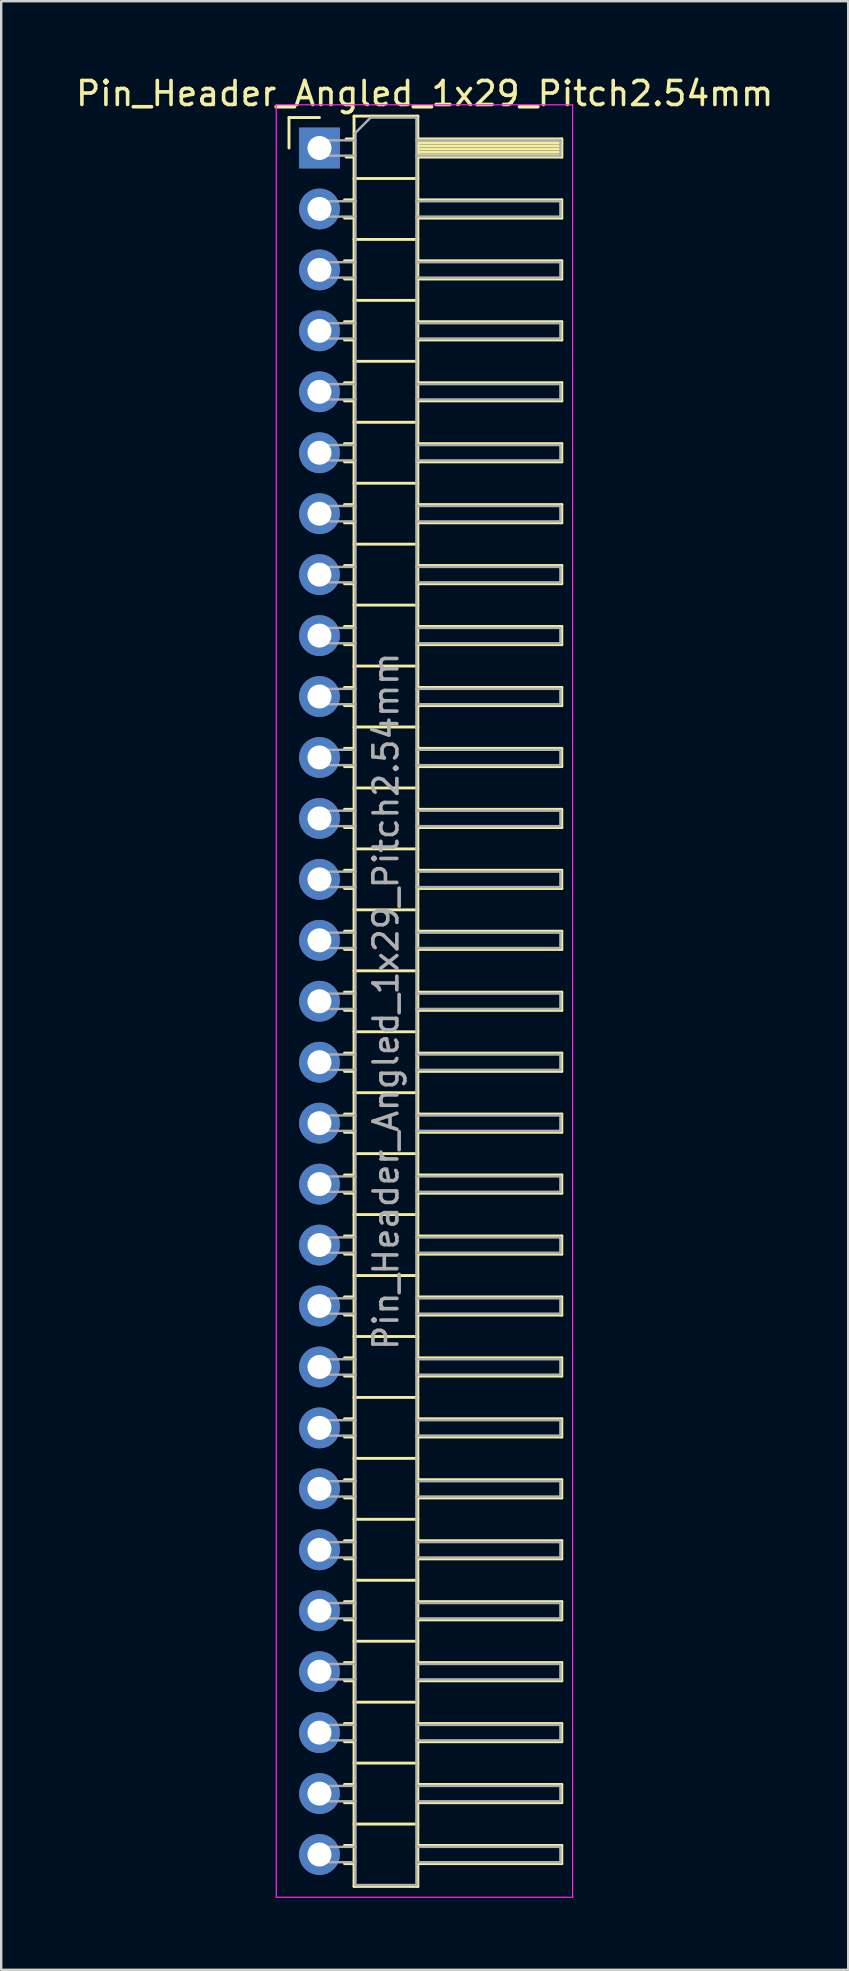
<source format=kicad_pcb>
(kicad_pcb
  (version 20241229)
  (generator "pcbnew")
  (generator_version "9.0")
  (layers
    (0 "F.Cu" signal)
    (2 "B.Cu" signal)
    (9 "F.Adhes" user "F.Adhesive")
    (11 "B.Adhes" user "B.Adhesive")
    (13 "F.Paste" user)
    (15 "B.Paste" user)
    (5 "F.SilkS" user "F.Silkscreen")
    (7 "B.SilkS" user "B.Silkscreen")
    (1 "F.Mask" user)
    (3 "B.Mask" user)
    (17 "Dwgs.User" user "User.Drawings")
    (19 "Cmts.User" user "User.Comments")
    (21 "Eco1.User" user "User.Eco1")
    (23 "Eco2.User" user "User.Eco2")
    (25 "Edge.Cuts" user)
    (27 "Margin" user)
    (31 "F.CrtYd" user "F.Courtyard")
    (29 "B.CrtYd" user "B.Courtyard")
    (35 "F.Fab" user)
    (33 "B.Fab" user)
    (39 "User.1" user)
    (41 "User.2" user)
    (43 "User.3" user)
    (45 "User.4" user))
  (footprint "Pin_Header_Angled_1x29_Pitch2.54mm"
    (layer "F.Cu")
    (at 10.264 3.118)
    (property "Reference" "Pin_Header_Angled_1x29_Pitch2.54mm" (at 4.385 -2.27 0) (layer "F.SilkS") (effects (font (size 1 1) (thickness 0.15))))
    (attr through_hole)
    (fp_line (start -1.27 -1.27) (end 0 -1.27) (stroke (width 0.12) (type solid)) (layer "F.SilkS"))
    (fp_line (start -1.27 0) (end -1.27 -1.27) (stroke (width 0.12) (type solid)) (layer "F.SilkS"))
    (fp_line (start 1.043 2.16) (end 1.44 2.16) (stroke (width 0.12) (type solid)) (layer "F.SilkS"))
    (fp_line (start 1.043 2.92) (end 1.44 2.92) (stroke (width 0.12) (type solid)) (layer "F.SilkS"))
    (fp_line (start 1.043 4.7) (end 1.44 4.7) (stroke (width 0.12) (type solid)) (layer "F.SilkS"))
    (fp_line (start 1.043 5.46) (end 1.44 5.46) (stroke (width 0.12) (type solid)) (layer "F.SilkS"))
    (fp_line (start 1.043 7.24) (end 1.44 7.24) (stroke (width 0.12) (type solid)) (layer "F.SilkS"))
    (fp_line (start 1.043 8) (end 1.44 8) (stroke (width 0.12) (type solid)) (layer "F.SilkS"))
    (fp_line (start 1.043 9.78) (end 1.44 9.78) (stroke (width 0.12) (type solid)) (layer "F.SilkS"))
    (fp_line (start 1.043 10.54) (end 1.44 10.54) (stroke (width 0.12) (type solid)) (layer "F.SilkS"))
    (fp_line (start 1.043 12.32) (end 1.44 12.32) (stroke (width 0.12) (type solid)) (layer "F.SilkS"))
    (fp_line (start 1.043 13.08) (end 1.44 13.08) (stroke (width 0.12) (type solid)) (layer "F.SilkS"))
    (fp_line (start 1.043 14.86) (end 1.44 14.86) (stroke (width 0.12) (type solid)) (layer "F.SilkS"))
    (fp_line (start 1.043 15.62) (end 1.44 15.62) (stroke (width 0.12) (type solid)) (layer "F.SilkS"))
    (fp_line (start 1.043 17.4) (end 1.44 17.4) (stroke (width 0.12) (type solid)) (layer "F.SilkS"))
    (fp_line (start 1.043 18.16) (end 1.44 18.16) (stroke (width 0.12) (type solid)) (layer "F.SilkS"))
    (fp_line (start 1.043 19.94) (end 1.44 19.94) (stroke (width 0.12) (type solid)) (layer "F.SilkS"))
    (fp_line (start 1.043 20.7) (end 1.44 20.7) (stroke (width 0.12) (type solid)) (layer "F.SilkS"))
    (fp_line (start 1.043 22.48) (end 1.44 22.48) (stroke (width 0.12) (type solid)) (layer "F.SilkS"))
    (fp_line (start 1.043 23.24) (end 1.44 23.24) (stroke (width 0.12) (type solid)) (layer "F.SilkS"))
    (fp_line (start 1.043 25.02) (end 1.44 25.02) (stroke (width 0.12) (type solid)) (layer "F.SilkS"))
    (fp_line (start 1.043 25.78) (end 1.44 25.78) (stroke (width 0.12) (type solid)) (layer "F.SilkS"))
    (fp_line (start 1.043 27.56) (end 1.44 27.56) (stroke (width 0.12) (type solid)) (layer "F.SilkS"))
    (fp_line (start 1.043 28.32) (end 1.44 28.32) (stroke (width 0.12) (type solid)) (layer "F.SilkS"))
    (fp_line (start 1.043 30.1) (end 1.44 30.1) (stroke (width 0.12) (type solid)) (layer "F.SilkS"))
    (fp_line (start 1.043 30.86) (end 1.44 30.86) (stroke (width 0.12) (type solid)) (layer "F.SilkS"))
    (fp_line (start 1.043 32.64) (end 1.44 32.64) (stroke (width 0.12) (type solid)) (layer "F.SilkS"))
    (fp_line (start 1.043 33.4) (end 1.44 33.4) (stroke (width 0.12) (type solid)) (layer "F.SilkS"))
    (fp_line (start 1.043 35.18) (end 1.44 35.18) (stroke (width 0.12) (type solid)) (layer "F.SilkS"))
    (fp_line (start 1.043 35.94) (end 1.44 35.94) (stroke (width 0.12) (type solid)) (layer "F.SilkS"))
    (fp_line (start 1.043 37.72) (end 1.44 37.72) (stroke (width 0.12) (type solid)) (layer "F.SilkS"))
    (fp_line (start 1.043 38.48) (end 1.44 38.48) (stroke (width 0.12) (type solid)) (layer "F.SilkS"))
    (fp_line (start 1.043 40.26) (end 1.44 40.26) (stroke (width 0.12) (type solid)) (layer "F.SilkS"))
    (fp_line (start 1.043 41.02) (end 1.44 41.02) (stroke (width 0.12) (type solid)) (layer "F.SilkS"))
    (fp_line (start 1.043 42.8) (end 1.44 42.8) (stroke (width 0.12) (type solid)) (layer "F.SilkS"))
    (fp_line (start 1.043 43.56) (end 1.44 43.56) (stroke (width 0.12) (type solid)) (layer "F.SilkS"))
    (fp_line (start 1.043 45.34) (end 1.44 45.34) (stroke (width 0.12) (type solid)) (layer "F.SilkS"))
    (fp_line (start 1.043 46.1) (end 1.44 46.1) (stroke (width 0.12) (type solid)) (layer "F.SilkS"))
    (fp_line (start 1.043 47.88) (end 1.44 47.88) (stroke (width 0.12) (type solid)) (layer "F.SilkS"))
    (fp_line (start 1.043 48.64) (end 1.44 48.64) (stroke (width 0.12) (type solid)) (layer "F.SilkS"))
    (fp_line (start 1.043 50.42) (end 1.44 50.42) (stroke (width 0.12) (type solid)) (layer "F.SilkS"))
    (fp_line (start 1.043 51.18) (end 1.44 51.18) (stroke (width 0.12) (type solid)) (layer "F.SilkS"))
    (fp_line (start 1.043 52.96) (end 1.44 52.96) (stroke (width 0.12) (type solid)) (layer "F.SilkS"))
    (fp_line (start 1.043 53.72) (end 1.44 53.72) (stroke (width 0.12) (type solid)) (layer "F.SilkS"))
    (fp_line (start 1.043 55.5) (end 1.44 55.5) (stroke (width 0.12) (type solid)) (layer "F.SilkS"))
    (fp_line (start 1.043 56.26) (end 1.44 56.26) (stroke (width 0.12) (type solid)) (layer "F.SilkS"))
    (fp_line (start 1.043 58.04) (end 1.44 58.04) (stroke (width 0.12) (type solid)) (layer "F.SilkS"))
    (fp_line (start 1.043 58.8) (end 1.44 58.8) (stroke (width 0.12) (type solid)) (layer "F.SilkS"))
    (fp_line (start 1.043 60.58) (end 1.44 60.58) (stroke (width 0.12) (type solid)) (layer "F.SilkS"))
    (fp_line (start 1.043 61.34) (end 1.44 61.34) (stroke (width 0.12) (type solid)) (layer "F.SilkS"))
    (fp_line (start 1.043 63.12) (end 1.44 63.12) (stroke (width 0.12) (type solid)) (layer "F.SilkS"))
    (fp_line (start 1.043 63.88) (end 1.44 63.88) (stroke (width 0.12) (type solid)) (layer "F.SilkS"))
    (fp_line (start 1.043 65.66) (end 1.44 65.66) (stroke (width 0.12) (type solid)) (layer "F.SilkS"))
    (fp_line (start 1.043 66.42) (end 1.44 66.42) (stroke (width 0.12) (type solid)) (layer "F.SilkS"))
    (fp_line (start 1.043 68.2) (end 1.44 68.2) (stroke (width 0.12) (type solid)) (layer "F.SilkS"))
    (fp_line (start 1.043 68.96) (end 1.44 68.96) (stroke (width 0.12) (type solid)) (layer "F.SilkS"))
    (fp_line (start 1.043 70.74) (end 1.44 70.74) (stroke (width 0.12) (type solid)) (layer "F.SilkS"))
    (fp_line (start 1.043 71.5) (end 1.44 71.5) (stroke (width 0.12) (type solid)) (layer "F.SilkS"))
    (fp_line (start 1.11 -0.38) (end 1.44 -0.38) (stroke (width 0.12) (type solid)) (layer "F.SilkS"))
    (fp_line (start 1.11 0.38) (end 1.44 0.38) (stroke (width 0.12) (type solid)) (layer "F.SilkS"))
    (fp_line (start 1.44 -1.33) (end 1.44 72.45) (stroke (width 0.12) (type solid)) (layer "F.SilkS"))
    (fp_line (start 1.44 1.27) (end 4.1 1.27) (stroke (width 0.12) (type solid)) (layer "F.SilkS"))
    (fp_line (start 1.44 3.81) (end 4.1 3.81) (stroke (width 0.12) (type solid)) (layer "F.SilkS"))
    (fp_line (start 1.44 6.35) (end 4.1 6.35) (stroke (width 0.12) (type solid)) (layer "F.SilkS"))
    (fp_line (start 1.44 8.89) (end 4.1 8.89) (stroke (width 0.12) (type solid)) (layer "F.SilkS"))
    (fp_line (start 1.44 11.43) (end 4.1 11.43) (stroke (width 0.12) (type solid)) (layer "F.SilkS"))
    (fp_line (start 1.44 13.97) (end 4.1 13.97) (stroke (width 0.12) (type solid)) (layer "F.SilkS"))
    (fp_line (start 1.44 16.51) (end 4.1 16.51) (stroke (width 0.12) (type solid)) (layer "F.SilkS"))
    (fp_line (start 1.44 19.05) (end 4.1 19.05) (stroke (width 0.12) (type solid)) (layer "F.SilkS"))
    (fp_line (start 1.44 21.59) (end 4.1 21.59) (stroke (width 0.12) (type solid)) (layer "F.SilkS"))
    (fp_line (start 1.44 24.13) (end 4.1 24.13) (stroke (width 0.12) (type solid)) (layer "F.SilkS"))
    (fp_line (start 1.44 26.67) (end 4.1 26.67) (stroke (width 0.12) (type solid)) (layer "F.SilkS"))
    (fp_line (start 1.44 29.21) (end 4.1 29.21) (stroke (width 0.12) (type solid)) (layer "F.SilkS"))
    (fp_line (start 1.44 31.75) (end 4.1 31.75) (stroke (width 0.12) (type solid)) (layer "F.SilkS"))
    (fp_line (start 1.44 34.29) (end 4.1 34.29) (stroke (width 0.12) (type solid)) (layer "F.SilkS"))
    (fp_line (start 1.44 36.83) (end 4.1 36.83) (stroke (width 0.12) (type solid)) (layer "F.SilkS"))
    (fp_line (start 1.44 39.37) (end 4.1 39.37) (stroke (width 0.12) (type solid)) (layer "F.SilkS"))
    (fp_line (start 1.44 41.91) (end 4.1 41.91) (stroke (width 0.12) (type solid)) (layer "F.SilkS"))
    (fp_line (start 1.44 44.45) (end 4.1 44.45) (stroke (width 0.12) (type solid)) (layer "F.SilkS"))
    (fp_line (start 1.44 46.99) (end 4.1 46.99) (stroke (width 0.12) (type solid)) (layer "F.SilkS"))
    (fp_line (start 1.44 49.53) (end 4.1 49.53) (stroke (width 0.12) (type solid)) (layer "F.SilkS"))
    (fp_line (start 1.44 52.07) (end 4.1 52.07) (stroke (width 0.12) (type solid)) (layer "F.SilkS"))
    (fp_line (start 1.44 54.61) (end 4.1 54.61) (stroke (width 0.12) (type solid)) (layer "F.SilkS"))
    (fp_line (start 1.44 57.15) (end 4.1 57.15) (stroke (width 0.12) (type solid)) (layer "F.SilkS"))
    (fp_line (start 1.44 59.69) (end 4.1 59.69) (stroke (width 0.12) (type solid)) (layer "F.SilkS"))
    (fp_line (start 1.44 62.23) (end 4.1 62.23) (stroke (width 0.12) (type solid)) (layer "F.SilkS"))
    (fp_line (start 1.44 64.77) (end 4.1 64.77) (stroke (width 0.12) (type solid)) (layer "F.SilkS"))
    (fp_line (start 1.44 67.31) (end 4.1 67.31) (stroke (width 0.12) (type solid)) (layer "F.SilkS"))
    (fp_line (start 1.44 69.85) (end 4.1 69.85) (stroke (width 0.12) (type solid)) (layer "F.SilkS"))
    (fp_line (start 1.44 72.45) (end 4.1 72.45) (stroke (width 0.12) (type solid)) (layer "F.SilkS"))
    (fp_line (start 4.1 -1.33) (end 1.44 -1.33) (stroke (width 0.12) (type solid)) (layer "F.SilkS"))
    (fp_line (start 4.1 -0.38) (end 10.1 -0.38) (stroke (width 0.12) (type solid)) (layer "F.SilkS"))
    (fp_line (start 4.1 -0.32) (end 10.1 -0.32) (stroke (width 0.12) (type solid)) (layer "F.SilkS"))
    (fp_line (start 4.1 -0.2) (end 10.1 -0.2) (stroke (width 0.12) (type solid)) (layer "F.SilkS"))
    (fp_line (start 4.1 -0.08) (end 10.1 -0.08) (stroke (width 0.12) (type solid)) (layer "F.SilkS"))
    (fp_line (start 4.1 0.04) (end 10.1 0.04) (stroke (width 0.12) (type solid)) (layer "F.SilkS"))
    (fp_line (start 4.1 0.16) (end 10.1 0.16) (stroke (width 0.12) (type solid)) (layer "F.SilkS"))
    (fp_line (start 4.1 0.28) (end 10.1 0.28) (stroke (width 0.12) (type solid)) (layer "F.SilkS"))
    (fp_line (start 4.1 2.16) (end 10.1 2.16) (stroke (width 0.12) (type solid)) (layer "F.SilkS"))
    (fp_line (start 4.1 4.7) (end 10.1 4.7) (stroke (width 0.12) (type solid)) (layer "F.SilkS"))
    (fp_line (start 4.1 7.24) (end 10.1 7.24) (stroke (width 0.12) (type solid)) (layer "F.SilkS"))
    (fp_line (start 4.1 9.78) (end 10.1 9.78) (stroke (width 0.12) (type solid)) (layer "F.SilkS"))
    (fp_line (start 4.1 12.32) (end 10.1 12.32) (stroke (width 0.12) (type solid)) (layer "F.SilkS"))
    (fp_line (start 4.1 14.86) (end 10.1 14.86) (stroke (width 0.12) (type solid)) (layer "F.SilkS"))
    (fp_line (start 4.1 17.4) (end 10.1 17.4) (stroke (width 0.12) (type solid)) (layer "F.SilkS"))
    (fp_line (start 4.1 19.94) (end 10.1 19.94) (stroke (width 0.12) (type solid)) (layer "F.SilkS"))
    (fp_line (start 4.1 22.48) (end 10.1 22.48) (stroke (width 0.12) (type solid)) (layer "F.SilkS"))
    (fp_line (start 4.1 25.02) (end 10.1 25.02) (stroke (width 0.12) (type solid)) (layer "F.SilkS"))
    (fp_line (start 4.1 27.56) (end 10.1 27.56) (stroke (width 0.12) (type solid)) (layer "F.SilkS"))
    (fp_line (start 4.1 30.1) (end 10.1 30.1) (stroke (width 0.12) (type solid)) (layer "F.SilkS"))
    (fp_line (start 4.1 32.64) (end 10.1 32.64) (stroke (width 0.12) (type solid)) (layer "F.SilkS"))
    (fp_line (start 4.1 35.18) (end 10.1 35.18) (stroke (width 0.12) (type solid)) (layer "F.SilkS"))
    (fp_line (start 4.1 37.72) (end 10.1 37.72) (stroke (width 0.12) (type solid)) (layer "F.SilkS"))
    (fp_line (start 4.1 40.26) (end 10.1 40.26) (stroke (width 0.12) (type solid)) (layer "F.SilkS"))
    (fp_line (start 4.1 42.8) (end 10.1 42.8) (stroke (width 0.12) (type solid)) (layer "F.SilkS"))
    (fp_line (start 4.1 45.34) (end 10.1 45.34) (stroke (width 0.12) (type solid)) (layer "F.SilkS"))
    (fp_line (start 4.1 47.88) (end 10.1 47.88) (stroke (width 0.12) (type solid)) (layer "F.SilkS"))
    (fp_line (start 4.1 50.42) (end 10.1 50.42) (stroke (width 0.12) (type solid)) (layer "F.SilkS"))
    (fp_line (start 4.1 52.96) (end 10.1 52.96) (stroke (width 0.12) (type solid)) (layer "F.SilkS"))
    (fp_line (start 4.1 55.5) (end 10.1 55.5) (stroke (width 0.12) (type solid)) (layer "F.SilkS"))
    (fp_line (start 4.1 58.04) (end 10.1 58.04) (stroke (width 0.12) (type solid)) (layer "F.SilkS"))
    (fp_line (start 4.1 60.58) (end 10.1 60.58) (stroke (width 0.12) (type solid)) (layer "F.SilkS"))
    (fp_line (start 4.1 63.12) (end 10.1 63.12) (stroke (width 0.12) (type solid)) (layer "F.SilkS"))
    (fp_line (start 4.1 65.66) (end 10.1 65.66) (stroke (width 0.12) (type solid)) (layer "F.SilkS"))
    (fp_line (start 4.1 68.2) (end 10.1 68.2) (stroke (width 0.12) (type solid)) (layer "F.SilkS"))
    (fp_line (start 4.1 70.74) (end 10.1 70.74) (stroke (width 0.12) (type solid)) (layer "F.SilkS"))
    (fp_line (start 4.1 72.45) (end 4.1 -1.33) (stroke (width 0.12) (type solid)) (layer "F.SilkS"))
    (fp_line (start 10.1 -0.38) (end 10.1 0.38) (stroke (width 0.12) (type solid)) (layer "F.SilkS"))
    (fp_line (start 10.1 0.38) (end 4.1 0.38) (stroke (width 0.12) (type solid)) (layer "F.SilkS"))
    (fp_line (start 10.1 2.16) (end 10.1 2.92) (stroke (width 0.12) (type solid)) (layer "F.SilkS"))
    (fp_line (start 10.1 2.92) (end 4.1 2.92) (stroke (width 0.12) (type solid)) (layer "F.SilkS"))
    (fp_line (start 10.1 4.7) (end 10.1 5.46) (stroke (width 0.12) (type solid)) (layer "F.SilkS"))
    (fp_line (start 10.1 5.46) (end 4.1 5.46) (stroke (width 0.12) (type solid)) (layer "F.SilkS"))
    (fp_line (start 10.1 7.24) (end 10.1 8) (stroke (width 0.12) (type solid)) (layer "F.SilkS"))
    (fp_line (start 10.1 8) (end 4.1 8) (stroke (width 0.12) (type solid)) (layer "F.SilkS"))
    (fp_line (start 10.1 9.78) (end 10.1 10.54) (stroke (width 0.12) (type solid)) (layer "F.SilkS"))
    (fp_line (start 10.1 10.54) (end 4.1 10.54) (stroke (width 0.12) (type solid)) (layer "F.SilkS"))
    (fp_line (start 10.1 12.32) (end 10.1 13.08) (stroke (width 0.12) (type solid)) (layer "F.SilkS"))
    (fp_line (start 10.1 13.08) (end 4.1 13.08) (stroke (width 0.12) (type solid)) (layer "F.SilkS"))
    (fp_line (start 10.1 14.86) (end 10.1 15.62) (stroke (width 0.12) (type solid)) (layer "F.SilkS"))
    (fp_line (start 10.1 15.62) (end 4.1 15.62) (stroke (width 0.12) (type solid)) (layer "F.SilkS"))
    (fp_line (start 10.1 17.4) (end 10.1 18.16) (stroke (width 0.12) (type solid)) (layer "F.SilkS"))
    (fp_line (start 10.1 18.16) (end 4.1 18.16) (stroke (width 0.12) (type solid)) (layer "F.SilkS"))
    (fp_line (start 10.1 19.94) (end 10.1 20.7) (stroke (width 0.12) (type solid)) (layer "F.SilkS"))
    (fp_line (start 10.1 20.7) (end 4.1 20.7) (stroke (width 0.12) (type solid)) (layer "F.SilkS"))
    (fp_line (start 10.1 22.48) (end 10.1 23.24) (stroke (width 0.12) (type solid)) (layer "F.SilkS"))
    (fp_line (start 10.1 23.24) (end 4.1 23.24) (stroke (width 0.12) (type solid)) (layer "F.SilkS"))
    (fp_line (start 10.1 25.02) (end 10.1 25.78) (stroke (width 0.12) (type solid)) (layer "F.SilkS"))
    (fp_line (start 10.1 25.78) (end 4.1 25.78) (stroke (width 0.12) (type solid)) (layer "F.SilkS"))
    (fp_line (start 10.1 27.56) (end 10.1 28.32) (stroke (width 0.12) (type solid)) (layer "F.SilkS"))
    (fp_line (start 10.1 28.32) (end 4.1 28.32) (stroke (width 0.12) (type solid)) (layer "F.SilkS"))
    (fp_line (start 10.1 30.1) (end 10.1 30.86) (stroke (width 0.12) (type solid)) (layer "F.SilkS"))
    (fp_line (start 10.1 30.86) (end 4.1 30.86) (stroke (width 0.12) (type solid)) (layer "F.SilkS"))
    (fp_line (start 10.1 32.64) (end 10.1 33.4) (stroke (width 0.12) (type solid)) (layer "F.SilkS"))
    (fp_line (start 10.1 33.4) (end 4.1 33.4) (stroke (width 0.12) (type solid)) (layer "F.SilkS"))
    (fp_line (start 10.1 35.18) (end 10.1 35.94) (stroke (width 0.12) (type solid)) (layer "F.SilkS"))
    (fp_line (start 10.1 35.94) (end 4.1 35.94) (stroke (width 0.12) (type solid)) (layer "F.SilkS"))
    (fp_line (start 10.1 37.72) (end 10.1 38.48) (stroke (width 0.12) (type solid)) (layer "F.SilkS"))
    (fp_line (start 10.1 38.48) (end 4.1 38.48) (stroke (width 0.12) (type solid)) (layer "F.SilkS"))
    (fp_line (start 10.1 40.26) (end 10.1 41.02) (stroke (width 0.12) (type solid)) (layer "F.SilkS"))
    (fp_line (start 10.1 41.02) (end 4.1 41.02) (stroke (width 0.12) (type solid)) (layer "F.SilkS"))
    (fp_line (start 10.1 42.8) (end 10.1 43.56) (stroke (width 0.12) (type solid)) (layer "F.SilkS"))
    (fp_line (start 10.1 43.56) (end 4.1 43.56) (stroke (width 0.12) (type solid)) (layer "F.SilkS"))
    (fp_line (start 10.1 45.34) (end 10.1 46.1) (stroke (width 0.12) (type solid)) (layer "F.SilkS"))
    (fp_line (start 10.1 46.1) (end 4.1 46.1) (stroke (width 0.12) (type solid)) (layer "F.SilkS"))
    (fp_line (start 10.1 47.88) (end 10.1 48.64) (stroke (width 0.12) (type solid)) (layer "F.SilkS"))
    (fp_line (start 10.1 48.64) (end 4.1 48.64) (stroke (width 0.12) (type solid)) (layer "F.SilkS"))
    (fp_line (start 10.1 50.42) (end 10.1 51.18) (stroke (width 0.12) (type solid)) (layer "F.SilkS"))
    (fp_line (start 10.1 51.18) (end 4.1 51.18) (stroke (width 0.12) (type solid)) (layer "F.SilkS"))
    (fp_line (start 10.1 52.96) (end 10.1 53.72) (stroke (width 0.12) (type solid)) (layer "F.SilkS"))
    (fp_line (start 10.1 53.72) (end 4.1 53.72) (stroke (width 0.12) (type solid)) (layer "F.SilkS"))
    (fp_line (start 10.1 55.5) (end 10.1 56.26) (stroke (width 0.12) (type solid)) (layer "F.SilkS"))
    (fp_line (start 10.1 56.26) (end 4.1 56.26) (stroke (width 0.12) (type solid)) (layer "F.SilkS"))
    (fp_line (start 10.1 58.04) (end 10.1 58.8) (stroke (width 0.12) (type solid)) (layer "F.SilkS"))
    (fp_line (start 10.1 58.8) (end 4.1 58.8) (stroke (width 0.12) (type solid)) (layer "F.SilkS"))
    (fp_line (start 10.1 60.58) (end 10.1 61.34) (stroke (width 0.12) (type solid)) (layer "F.SilkS"))
    (fp_line (start 10.1 61.34) (end 4.1 61.34) (stroke (width 0.12) (type solid)) (layer "F.SilkS"))
    (fp_line (start 10.1 63.12) (end 10.1 63.88) (stroke (width 0.12) (type solid)) (layer "F.SilkS"))
    (fp_line (start 10.1 63.88) (end 4.1 63.88) (stroke (width 0.12) (type solid)) (layer "F.SilkS"))
    (fp_line (start 10.1 65.66) (end 10.1 66.42) (stroke (width 0.12) (type solid)) (layer "F.SilkS"))
    (fp_line (start 10.1 66.42) (end 4.1 66.42) (stroke (width 0.12) (type solid)) (layer "F.SilkS"))
    (fp_line (start 10.1 68.2) (end 10.1 68.96) (stroke (width 0.12) (type solid)) (layer "F.SilkS"))
    (fp_line (start 10.1 68.96) (end 4.1 68.96) (stroke (width 0.12) (type solid)) (layer "F.SilkS"))
    (fp_line (start 10.1 70.74) (end 10.1 71.5) (stroke (width 0.12) (type solid)) (layer "F.SilkS"))
    (fp_line (start 10.1 71.5) (end 4.1 71.5) (stroke (width 0.12) (type solid)) (layer "F.SilkS"))
    (fp_line (start -1.8 -1.8) (end -1.8 72.9) (stroke (width 0.05) (type solid)) (layer "F.CrtYd"))
    (fp_line (start -1.8 72.9) (end 10.55 72.9) (stroke (width 0.05) (type solid)) (layer "F.CrtYd"))
    (fp_line (start 10.55 -1.8) (end -1.8 -1.8) (stroke (width 0.05) (type solid)) (layer "F.CrtYd"))
    (fp_line (start 10.55 72.9) (end 10.55 -1.8) (stroke (width 0.05) (type solid)) (layer "F.CrtYd"))
    (fp_line (start -0.32 -0.32) (end -0.32 0.32) (stroke (width 0.1) (type solid)) (layer "F.Fab"))
    (fp_line (start -0.32 -0.32) (end 1.5 -0.32) (stroke (width 0.1) (type solid)) (layer "F.Fab"))
    (fp_line (start -0.32 0.32) (end 1.5 0.32) (stroke (width 0.1) (type solid)) (layer "F.Fab"))
    (fp_line (start -0.32 2.22) (end -0.32 2.86) (stroke (width 0.1) (type solid)) (layer "F.Fab"))
    (fp_line (start -0.32 2.22) (end 1.5 2.22) (stroke (width 0.1) (type solid)) (layer "F.Fab"))
    (fp_line (start -0.32 2.86) (end 1.5 2.86) (stroke (width 0.1) (type solid)) (layer "F.Fab"))
    (fp_line (start -0.32 4.76) (end -0.32 5.4) (stroke (width 0.1) (type solid)) (layer "F.Fab"))
    (fp_line (start -0.32 4.76) (end 1.5 4.76) (stroke (width 0.1) (type solid)) (layer "F.Fab"))
    (fp_line (start -0.32 5.4) (end 1.5 5.4) (stroke (width 0.1) (type solid)) (layer "F.Fab"))
    (fp_line (start -0.32 7.3) (end -0.32 7.94) (stroke (width 0.1) (type solid)) (layer "F.Fab"))
    (fp_line (start -0.32 7.3) (end 1.5 7.3) (stroke (width 0.1) (type solid)) (layer "F.Fab"))
    (fp_line (start -0.32 7.94) (end 1.5 7.94) (stroke (width 0.1) (type solid)) (layer "F.Fab"))
    (fp_line (start -0.32 9.84) (end -0.32 10.48) (stroke (width 0.1) (type solid)) (layer "F.Fab"))
    (fp_line (start -0.32 9.84) (end 1.5 9.84) (stroke (width 0.1) (type solid)) (layer "F.Fab"))
    (fp_line (start -0.32 10.48) (end 1.5 10.48) (stroke (width 0.1) (type solid)) (layer "F.Fab"))
    (fp_line (start -0.32 12.38) (end -0.32 13.02) (stroke (width 0.1) (type solid)) (layer "F.Fab"))
    (fp_line (start -0.32 12.38) (end 1.5 12.38) (stroke (width 0.1) (type solid)) (layer "F.Fab"))
    (fp_line (start -0.32 13.02) (end 1.5 13.02) (stroke (width 0.1) (type solid)) (layer "F.Fab"))
    (fp_line (start -0.32 14.92) (end -0.32 15.56) (stroke (width 0.1) (type solid)) (layer "F.Fab"))
    (fp_line (start -0.32 14.92) (end 1.5 14.92) (stroke (width 0.1) (type solid)) (layer "F.Fab"))
    (fp_line (start -0.32 15.56) (end 1.5 15.56) (stroke (width 0.1) (type solid)) (layer "F.Fab"))
    (fp_line (start -0.32 17.46) (end -0.32 18.1) (stroke (width 0.1) (type solid)) (layer "F.Fab"))
    (fp_line (start -0.32 17.46) (end 1.5 17.46) (stroke (width 0.1) (type solid)) (layer "F.Fab"))
    (fp_line (start -0.32 18.1) (end 1.5 18.1) (stroke (width 0.1) (type solid)) (layer "F.Fab"))
    (fp_line (start -0.32 20) (end -0.32 20.64) (stroke (width 0.1) (type solid)) (layer "F.Fab"))
    (fp_line (start -0.32 20) (end 1.5 20) (stroke (width 0.1) (type solid)) (layer "F.Fab"))
    (fp_line (start -0.32 20.64) (end 1.5 20.64) (stroke (width 0.1) (type solid)) (layer "F.Fab"))
    (fp_line (start -0.32 22.54) (end -0.32 23.18) (stroke (width 0.1) (type solid)) (layer "F.Fab"))
    (fp_line (start -0.32 22.54) (end 1.5 22.54) (stroke (width 0.1) (type solid)) (layer "F.Fab"))
    (fp_line (start -0.32 23.18) (end 1.5 23.18) (stroke (width 0.1) (type solid)) (layer "F.Fab"))
    (fp_line (start -0.32 25.08) (end -0.32 25.72) (stroke (width 0.1) (type solid)) (layer "F.Fab"))
    (fp_line (start -0.32 25.08) (end 1.5 25.08) (stroke (width 0.1) (type solid)) (layer "F.Fab"))
    (fp_line (start -0.32 25.72) (end 1.5 25.72) (stroke (width 0.1) (type solid)) (layer "F.Fab"))
    (fp_line (start -0.32 27.62) (end -0.32 28.26) (stroke (width 0.1) (type solid)) (layer "F.Fab"))
    (fp_line (start -0.32 27.62) (end 1.5 27.62) (stroke (width 0.1) (type solid)) (layer "F.Fab"))
    (fp_line (start -0.32 28.26) (end 1.5 28.26) (stroke (width 0.1) (type solid)) (layer "F.Fab"))
    (fp_line (start -0.32 30.16) (end -0.32 30.8) (stroke (width 0.1) (type solid)) (layer "F.Fab"))
    (fp_line (start -0.32 30.16) (end 1.5 30.16) (stroke (width 0.1) (type solid)) (layer "F.Fab"))
    (fp_line (start -0.32 30.8) (end 1.5 30.8) (stroke (width 0.1) (type solid)) (layer "F.Fab"))
    (fp_line (start -0.32 32.7) (end -0.32 33.34) (stroke (width 0.1) (type solid)) (layer "F.Fab"))
    (fp_line (start -0.32 32.7) (end 1.5 32.7) (stroke (width 0.1) (type solid)) (layer "F.Fab"))
    (fp_line (start -0.32 33.34) (end 1.5 33.34) (stroke (width 0.1) (type solid)) (layer "F.Fab"))
    (fp_line (start -0.32 35.24) (end -0.32 35.88) (stroke (width 0.1) (type solid)) (layer "F.Fab"))
    (fp_line (start -0.32 35.24) (end 1.5 35.24) (stroke (width 0.1) (type solid)) (layer "F.Fab"))
    (fp_line (start -0.32 35.88) (end 1.5 35.88) (stroke (width 0.1) (type solid)) (layer "F.Fab"))
    (fp_line (start -0.32 37.78) (end -0.32 38.42) (stroke (width 0.1) (type solid)) (layer "F.Fab"))
    (fp_line (start -0.32 37.78) (end 1.5 37.78) (stroke (width 0.1) (type solid)) (layer "F.Fab"))
    (fp_line (start -0.32 38.42) (end 1.5 38.42) (stroke (width 0.1) (type solid)) (layer "F.Fab"))
    (fp_line (start -0.32 40.32) (end -0.32 40.96) (stroke (width 0.1) (type solid)) (layer "F.Fab"))
    (fp_line (start -0.32 40.32) (end 1.5 40.32) (stroke (width 0.1) (type solid)) (layer "F.Fab"))
    (fp_line (start -0.32 40.96) (end 1.5 40.96) (stroke (width 0.1) (type solid)) (layer "F.Fab"))
    (fp_line (start -0.32 42.86) (end -0.32 43.5) (stroke (width 0.1) (type solid)) (layer "F.Fab"))
    (fp_line (start -0.32 42.86) (end 1.5 42.86) (stroke (width 0.1) (type solid)) (layer "F.Fab"))
    (fp_line (start -0.32 43.5) (end 1.5 43.5) (stroke (width 0.1) (type solid)) (layer "F.Fab"))
    (fp_line (start -0.32 45.4) (end -0.32 46.04) (stroke (width 0.1) (type solid)) (layer "F.Fab"))
    (fp_line (start -0.32 45.4) (end 1.5 45.4) (stroke (width 0.1) (type solid)) (layer "F.Fab"))
    (fp_line (start -0.32 46.04) (end 1.5 46.04) (stroke (width 0.1) (type solid)) (layer "F.Fab"))
    (fp_line (start -0.32 47.94) (end -0.32 48.58) (stroke (width 0.1) (type solid)) (layer "F.Fab"))
    (fp_line (start -0.32 47.94) (end 1.5 47.94) (stroke (width 0.1) (type solid)) (layer "F.Fab"))
    (fp_line (start -0.32 48.58) (end 1.5 48.58) (stroke (width 0.1) (type solid)) (layer "F.Fab"))
    (fp_line (start -0.32 50.48) (end -0.32 51.12) (stroke (width 0.1) (type solid)) (layer "F.Fab"))
    (fp_line (start -0.32 50.48) (end 1.5 50.48) (stroke (width 0.1) (type solid)) (layer "F.Fab"))
    (fp_line (start -0.32 51.12) (end 1.5 51.12) (stroke (width 0.1) (type solid)) (layer "F.Fab"))
    (fp_line (start -0.32 53.02) (end -0.32 53.66) (stroke (width 0.1) (type solid)) (layer "F.Fab"))
    (fp_line (start -0.32 53.02) (end 1.5 53.02) (stroke (width 0.1) (type solid)) (layer "F.Fab"))
    (fp_line (start -0.32 53.66) (end 1.5 53.66) (stroke (width 0.1) (type solid)) (layer "F.Fab"))
    (fp_line (start -0.32 55.56) (end -0.32 56.2) (stroke (width 0.1) (type solid)) (layer "F.Fab"))
    (fp_line (start -0.32 55.56) (end 1.5 55.56) (stroke (width 0.1) (type solid)) (layer "F.Fab"))
    (fp_line (start -0.32 56.2) (end 1.5 56.2) (stroke (width 0.1) (type solid)) (layer "F.Fab"))
    (fp_line (start -0.32 58.1) (end -0.32 58.74) (stroke (width 0.1) (type solid)) (layer "F.Fab"))
    (fp_line (start -0.32 58.1) (end 1.5 58.1) (stroke (width 0.1) (type solid)) (layer "F.Fab"))
    (fp_line (start -0.32 58.74) (end 1.5 58.74) (stroke (width 0.1) (type solid)) (layer "F.Fab"))
    (fp_line (start -0.32 60.64) (end -0.32 61.28) (stroke (width 0.1) (type solid)) (layer "F.Fab"))
    (fp_line (start -0.32 60.64) (end 1.5 60.64) (stroke (width 0.1) (type solid)) (layer "F.Fab"))
    (fp_line (start -0.32 61.28) (end 1.5 61.28) (stroke (width 0.1) (type solid)) (layer "F.Fab"))
    (fp_line (start -0.32 63.18) (end -0.32 63.82) (stroke (width 0.1) (type solid)) (layer "F.Fab"))
    (fp_line (start -0.32 63.18) (end 1.5 63.18) (stroke (width 0.1) (type solid)) (layer "F.Fab"))
    (fp_line (start -0.32 63.82) (end 1.5 63.82) (stroke (width 0.1) (type solid)) (layer "F.Fab"))
    (fp_line (start -0.32 65.72) (end -0.32 66.36) (stroke (width 0.1) (type solid)) (layer "F.Fab"))
    (fp_line (start -0.32 65.72) (end 1.5 65.72) (stroke (width 0.1) (type solid)) (layer "F.Fab"))
    (fp_line (start -0.32 66.36) (end 1.5 66.36) (stroke (width 0.1) (type solid)) (layer "F.Fab"))
    (fp_line (start -0.32 68.26) (end -0.32 68.9) (stroke (width 0.1) (type solid)) (layer "F.Fab"))
    (fp_line (start -0.32 68.26) (end 1.5 68.26) (stroke (width 0.1) (type solid)) (layer "F.Fab"))
    (fp_line (start -0.32 68.9) (end 1.5 68.9) (stroke (width 0.1) (type solid)) (layer "F.Fab"))
    (fp_line (start -0.32 70.8) (end -0.32 71.44) (stroke (width 0.1) (type solid)) (layer "F.Fab"))
    (fp_line (start -0.32 70.8) (end 1.5 70.8) (stroke (width 0.1) (type solid)) (layer "F.Fab"))
    (fp_line (start -0.32 71.44) (end 1.5 71.44) (stroke (width 0.1) (type solid)) (layer "F.Fab"))
    (fp_line (start 1.5 -0.635) (end 2.135 -1.27) (stroke (width 0.1) (type solid)) (layer "F.Fab"))
    (fp_line (start 1.5 72.39) (end 1.5 -0.635) (stroke (width 0.1) (type solid)) (layer "F.Fab"))
    (fp_line (start 2.135 -1.27) (end 4.04 -1.27) (stroke (width 0.1) (type solid)) (layer "F.Fab"))
    (fp_line (start 4.04 -1.27) (end 4.04 72.39) (stroke (width 0.1) (type solid)) (layer "F.Fab"))
    (fp_line (start 4.04 -0.32) (end 10.04 -0.32) (stroke (width 0.1) (type solid)) (layer "F.Fab"))
    (fp_line (start 4.04 0.32) (end 10.04 0.32) (stroke (width 0.1) (type solid)) (layer "F.Fab"))
    (fp_line (start 4.04 2.22) (end 10.04 2.22) (stroke (width 0.1) (type solid)) (layer "F.Fab"))
    (fp_line (start 4.04 2.86) (end 10.04 2.86) (stroke (width 0.1) (type solid)) (layer "F.Fab"))
    (fp_line (start 4.04 4.76) (end 10.04 4.76) (stroke (width 0.1) (type solid)) (layer "F.Fab"))
    (fp_line (start 4.04 5.4) (end 10.04 5.4) (stroke (width 0.1) (type solid)) (layer "F.Fab"))
    (fp_line (start 4.04 7.3) (end 10.04 7.3) (stroke (width 0.1) (type solid)) (layer "F.Fab"))
    (fp_line (start 4.04 7.94) (end 10.04 7.94) (stroke (width 0.1) (type solid)) (layer "F.Fab"))
    (fp_line (start 4.04 9.84) (end 10.04 9.84) (stroke (width 0.1) (type solid)) (layer "F.Fab"))
    (fp_line (start 4.04 10.48) (end 10.04 10.48) (stroke (width 0.1) (type solid)) (layer "F.Fab"))
    (fp_line (start 4.04 12.38) (end 10.04 12.38) (stroke (width 0.1) (type solid)) (layer "F.Fab"))
    (fp_line (start 4.04 13.02) (end 10.04 13.02) (stroke (width 0.1) (type solid)) (layer "F.Fab"))
    (fp_line (start 4.04 14.92) (end 10.04 14.92) (stroke (width 0.1) (type solid)) (layer "F.Fab"))
    (fp_line (start 4.04 15.56) (end 10.04 15.56) (stroke (width 0.1) (type solid)) (layer "F.Fab"))
    (fp_line (start 4.04 17.46) (end 10.04 17.46) (stroke (width 0.1) (type solid)) (layer "F.Fab"))
    (fp_line (start 4.04 18.1) (end 10.04 18.1) (stroke (width 0.1) (type solid)) (layer "F.Fab"))
    (fp_line (start 4.04 20) (end 10.04 20) (stroke (width 0.1) (type solid)) (layer "F.Fab"))
    (fp_line (start 4.04 20.64) (end 10.04 20.64) (stroke (width 0.1) (type solid)) (layer "F.Fab"))
    (fp_line (start 4.04 22.54) (end 10.04 22.54) (stroke (width 0.1) (type solid)) (layer "F.Fab"))
    (fp_line (start 4.04 23.18) (end 10.04 23.18) (stroke (width 0.1) (type solid)) (layer "F.Fab"))
    (fp_line (start 4.04 25.08) (end 10.04 25.08) (stroke (width 0.1) (type solid)) (layer "F.Fab"))
    (fp_line (start 4.04 25.72) (end 10.04 25.72) (stroke (width 0.1) (type solid)) (layer "F.Fab"))
    (fp_line (start 4.04 27.62) (end 10.04 27.62) (stroke (width 0.1) (type solid)) (layer "F.Fab"))
    (fp_line (start 4.04 28.26) (end 10.04 28.26) (stroke (width 0.1) (type solid)) (layer "F.Fab"))
    (fp_line (start 4.04 30.16) (end 10.04 30.16) (stroke (width 0.1) (type solid)) (layer "F.Fab"))
    (fp_line (start 4.04 30.8) (end 10.04 30.8) (stroke (width 0.1) (type solid)) (layer "F.Fab"))
    (fp_line (start 4.04 32.7) (end 10.04 32.7) (stroke (width 0.1) (type solid)) (layer "F.Fab"))
    (fp_line (start 4.04 33.34) (end 10.04 33.34) (stroke (width 0.1) (type solid)) (layer "F.Fab"))
    (fp_line (start 4.04 35.24) (end 10.04 35.24) (stroke (width 0.1) (type solid)) (layer "F.Fab"))
    (fp_line (start 4.04 35.88) (end 10.04 35.88) (stroke (width 0.1) (type solid)) (layer "F.Fab"))
    (fp_line (start 4.04 37.78) (end 10.04 37.78) (stroke (width 0.1) (type solid)) (layer "F.Fab"))
    (fp_line (start 4.04 38.42) (end 10.04 38.42) (stroke (width 0.1) (type solid)) (layer "F.Fab"))
    (fp_line (start 4.04 40.32) (end 10.04 40.32) (stroke (width 0.1) (type solid)) (layer "F.Fab"))
    (fp_line (start 4.04 40.96) (end 10.04 40.96) (stroke (width 0.1) (type solid)) (layer "F.Fab"))
    (fp_line (start 4.04 42.86) (end 10.04 42.86) (stroke (width 0.1) (type solid)) (layer "F.Fab"))
    (fp_line (start 4.04 43.5) (end 10.04 43.5) (stroke (width 0.1) (type solid)) (layer "F.Fab"))
    (fp_line (start 4.04 45.4) (end 10.04 45.4) (stroke (width 0.1) (type solid)) (layer "F.Fab"))
    (fp_line (start 4.04 46.04) (end 10.04 46.04) (stroke (width 0.1) (type solid)) (layer "F.Fab"))
    (fp_line (start 4.04 47.94) (end 10.04 47.94) (stroke (width 0.1) (type solid)) (layer "F.Fab"))
    (fp_line (start 4.04 48.58) (end 10.04 48.58) (stroke (width 0.1) (type solid)) (layer "F.Fab"))
    (fp_line (start 4.04 50.48) (end 10.04 50.48) (stroke (width 0.1) (type solid)) (layer "F.Fab"))
    (fp_line (start 4.04 51.12) (end 10.04 51.12) (stroke (width 0.1) (type solid)) (layer "F.Fab"))
    (fp_line (start 4.04 53.02) (end 10.04 53.02) (stroke (width 0.1) (type solid)) (layer "F.Fab"))
    (fp_line (start 4.04 53.66) (end 10.04 53.66) (stroke (width 0.1) (type solid)) (layer "F.Fab"))
    (fp_line (start 4.04 55.56) (end 10.04 55.56) (stroke (width 0.1) (type solid)) (layer "F.Fab"))
    (fp_line (start 4.04 56.2) (end 10.04 56.2) (stroke (width 0.1) (type solid)) (layer "F.Fab"))
    (fp_line (start 4.04 58.1) (end 10.04 58.1) (stroke (width 0.1) (type solid)) (layer "F.Fab"))
    (fp_line (start 4.04 58.74) (end 10.04 58.74) (stroke (width 0.1) (type solid)) (layer "F.Fab"))
    (fp_line (start 4.04 60.64) (end 10.04 60.64) (stroke (width 0.1) (type solid)) (layer "F.Fab"))
    (fp_line (start 4.04 61.28) (end 10.04 61.28) (stroke (width 0.1) (type solid)) (layer "F.Fab"))
    (fp_line (start 4.04 63.18) (end 10.04 63.18) (stroke (width 0.1) (type solid)) (layer "F.Fab"))
    (fp_line (start 4.04 63.82) (end 10.04 63.82) (stroke (width 0.1) (type solid)) (layer "F.Fab"))
    (fp_line (start 4.04 65.72) (end 10.04 65.72) (stroke (width 0.1) (type solid)) (layer "F.Fab"))
    (fp_line (start 4.04 66.36) (end 10.04 66.36) (stroke (width 0.1) (type solid)) (layer "F.Fab"))
    (fp_line (start 4.04 68.26) (end 10.04 68.26) (stroke (width 0.1) (type solid)) (layer "F.Fab"))
    (fp_line (start 4.04 68.9) (end 10.04 68.9) (stroke (width 0.1) (type solid)) (layer "F.Fab"))
    (fp_line (start 4.04 70.8) (end 10.04 70.8) (stroke (width 0.1) (type solid)) (layer "F.Fab"))
    (fp_line (start 4.04 71.44) (end 10.04 71.44) (stroke (width 0.1) (type solid)) (layer "F.Fab"))
    (fp_line (start 4.04 72.39) (end 1.5 72.39) (stroke (width 0.1) (type solid)) (layer "F.Fab"))
    (fp_line (start 10.04 -0.32) (end 10.04 0.32) (stroke (width 0.1) (type solid)) (layer "F.Fab"))
    (fp_line (start 10.04 2.22) (end 10.04 2.86) (stroke (width 0.1) (type solid)) (layer "F.Fab"))
    (fp_line (start 10.04 4.76) (end 10.04 5.4) (stroke (width 0.1) (type solid)) (layer "F.Fab"))
    (fp_line (start 10.04 7.3) (end 10.04 7.94) (stroke (width 0.1) (type solid)) (layer "F.Fab"))
    (fp_line (start 10.04 9.84) (end 10.04 10.48) (stroke (width 0.1) (type solid)) (layer "F.Fab"))
    (fp_line (start 10.04 12.38) (end 10.04 13.02) (stroke (width 0.1) (type solid)) (layer "F.Fab"))
    (fp_line (start 10.04 14.92) (end 10.04 15.56) (stroke (width 0.1) (type solid)) (layer "F.Fab"))
    (fp_line (start 10.04 17.46) (end 10.04 18.1) (stroke (width 0.1) (type solid)) (layer "F.Fab"))
    (fp_line (start 10.04 20) (end 10.04 20.64) (stroke (width 0.1) (type solid)) (layer "F.Fab"))
    (fp_line (start 10.04 22.54) (end 10.04 23.18) (stroke (width 0.1) (type solid)) (layer "F.Fab"))
    (fp_line (start 10.04 25.08) (end 10.04 25.72) (stroke (width 0.1) (type solid)) (layer "F.Fab"))
    (fp_line (start 10.04 27.62) (end 10.04 28.26) (stroke (width 0.1) (type solid)) (layer "F.Fab"))
    (fp_line (start 10.04 30.16) (end 10.04 30.8) (stroke (width 0.1) (type solid)) (layer "F.Fab"))
    (fp_line (start 10.04 32.7) (end 10.04 33.34) (stroke (width 0.1) (type solid)) (layer "F.Fab"))
    (fp_line (start 10.04 35.24) (end 10.04 35.88) (stroke (width 0.1) (type solid)) (layer "F.Fab"))
    (fp_line (start 10.04 37.78) (end 10.04 38.42) (stroke (width 0.1) (type solid)) (layer "F.Fab"))
    (fp_line (start 10.04 40.32) (end 10.04 40.96) (stroke (width 0.1) (type solid)) (layer "F.Fab"))
    (fp_line (start 10.04 42.86) (end 10.04 43.5) (stroke (width 0.1) (type solid)) (layer "F.Fab"))
    (fp_line (start 10.04 45.4) (end 10.04 46.04) (stroke (width 0.1) (type solid)) (layer "F.Fab"))
    (fp_line (start 10.04 47.94) (end 10.04 48.58) (stroke (width 0.1) (type solid)) (layer "F.Fab"))
    (fp_line (start 10.04 50.48) (end 10.04 51.12) (stroke (width 0.1) (type solid)) (layer "F.Fab"))
    (fp_line (start 10.04 53.02) (end 10.04 53.66) (stroke (width 0.1) (type solid)) (layer "F.Fab"))
    (fp_line (start 10.04 55.56) (end 10.04 56.2) (stroke (width 0.1) (type solid)) (layer "F.Fab"))
    (fp_line (start 10.04 58.1) (end 10.04 58.74) (stroke (width 0.1) (type solid)) (layer "F.Fab"))
    (fp_line (start 10.04 60.64) (end 10.04 61.28) (stroke (width 0.1) (type solid)) (layer "F.Fab"))
    (fp_line (start 10.04 63.18) (end 10.04 63.82) (stroke (width 0.1) (type solid)) (layer "F.Fab"))
    (fp_line (start 10.04 65.72) (end 10.04 66.36) (stroke (width 0.1) (type solid)) (layer "F.Fab"))
    (fp_line (start 10.04 68.26) (end 10.04 68.9) (stroke (width 0.1) (type solid)) (layer "F.Fab"))
    (fp_line (start 10.04 70.8) (end 10.04 71.44) (stroke (width 0.1) (type solid)) (layer "F.Fab"))
    (fp_text user "${REFERENCE}" (at 2.77 35.56 90) (layer "F.Fab") (effects (font (size 1 1) (thickness 0.15))))
    (pad "1" thru_hole rect (at 0 0) (size 1.7 1.7) (drill 1) (layers "*.Cu" "*.Mask"))
    (pad "2" thru_hole oval (at 0 2.54) (size 1.7 1.7) (drill 1) (layers "*.Cu" "*.Mask"))
    (pad "3" thru_hole oval (at 0 5.08) (size 1.7 1.7) (drill 1) (layers "*.Cu" "*.Mask"))
    (pad "4" thru_hole oval (at 0 7.62) (size 1.7 1.7) (drill 1) (layers "*.Cu" "*.Mask"))
    (pad "5" thru_hole oval (at 0 10.16) (size 1.7 1.7) (drill 1) (layers "*.Cu" "*.Mask"))
    (pad "6" thru_hole oval (at 0 12.7) (size 1.7 1.7) (drill 1) (layers "*.Cu" "*.Mask"))
    (pad "7" thru_hole oval (at 0 15.24) (size 1.7 1.7) (drill 1) (layers "*.Cu" "*.Mask"))
    (pad "8" thru_hole oval (at 0 17.78) (size 1.7 1.7) (drill 1) (layers "*.Cu" "*.Mask"))
    (pad "9" thru_hole oval (at 0 20.32) (size 1.7 1.7) (drill 1) (layers "*.Cu" "*.Mask"))
    (pad "10" thru_hole oval (at 0 22.86) (size 1.7 1.7) (drill 1) (layers "*.Cu" "*.Mask"))
    (pad "11" thru_hole oval (at 0 25.4) (size 1.7 1.7) (drill 1) (layers "*.Cu" "*.Mask"))
    (pad "12" thru_hole oval (at 0 27.94) (size 1.7 1.7) (drill 1) (layers "*.Cu" "*.Mask"))
    (pad "13" thru_hole oval (at 0 30.48) (size 1.7 1.7) (drill 1) (layers "*.Cu" "*.Mask"))
    (pad "14" thru_hole oval (at 0 33.02) (size 1.7 1.7) (drill 1) (layers "*.Cu" "*.Mask"))
    (pad "15" thru_hole oval (at 0 35.56) (size 1.7 1.7) (drill 1) (layers "*.Cu" "*.Mask"))
    (pad "16" thru_hole oval (at 0 38.1) (size 1.7 1.7) (drill 1) (layers "*.Cu" "*.Mask"))
    (pad "17" thru_hole oval (at 0 40.64) (size 1.7 1.7) (drill 1) (layers "*.Cu" "*.Mask"))
    (pad "18" thru_hole oval (at 0 43.18) (size 1.7 1.7) (drill 1) (layers "*.Cu" "*.Mask"))
    (pad "19" thru_hole oval (at 0 45.72) (size 1.7 1.7) (drill 1) (layers "*.Cu" "*.Mask"))
    (pad "20" thru_hole oval (at 0 48.26) (size 1.7 1.7) (drill 1) (layers "*.Cu" "*.Mask"))
    (pad "21" thru_hole oval (at 0 50.8) (size 1.7 1.7) (drill 1) (layers "*.Cu" "*.Mask"))
    (pad "22" thru_hole oval (at 0 53.34) (size 1.7 1.7) (drill 1) (layers "*.Cu" "*.Mask"))
    (pad "23" thru_hole oval (at 0 55.88) (size 1.7 1.7) (drill 1) (layers "*.Cu" "*.Mask"))
    (pad "24" thru_hole oval (at 0 58.42) (size 1.7 1.7) (drill 1) (layers "*.Cu" "*.Mask"))
    (pad "25" thru_hole oval (at 0 60.96) (size 1.7 1.7) (drill 1) (layers "*.Cu" "*.Mask"))
    (pad "26" thru_hole oval (at 0 63.5) (size 1.7 1.7) (drill 1) (layers "*.Cu" "*.Mask"))
    (pad "27" thru_hole oval (at 0 66.04) (size 1.7 1.7) (drill 1) (layers "*.Cu" "*.Mask"))
    (pad "28" thru_hole oval (at 0 68.58) (size 1.7 1.7) (drill 1) (layers "*.Cu" "*.Mask"))
    (pad "29" thru_hole oval (at 0 71.12) (size 1.7 1.7) (drill 1) (layers "*.Cu" "*.Mask")))
  (gr_rect
    (start -3 -3)
    (end 32.298 79.043)
    (stroke (width 0.1) (type default))
    (fill no)
    (layer "Edge.Cuts")))
</source>
